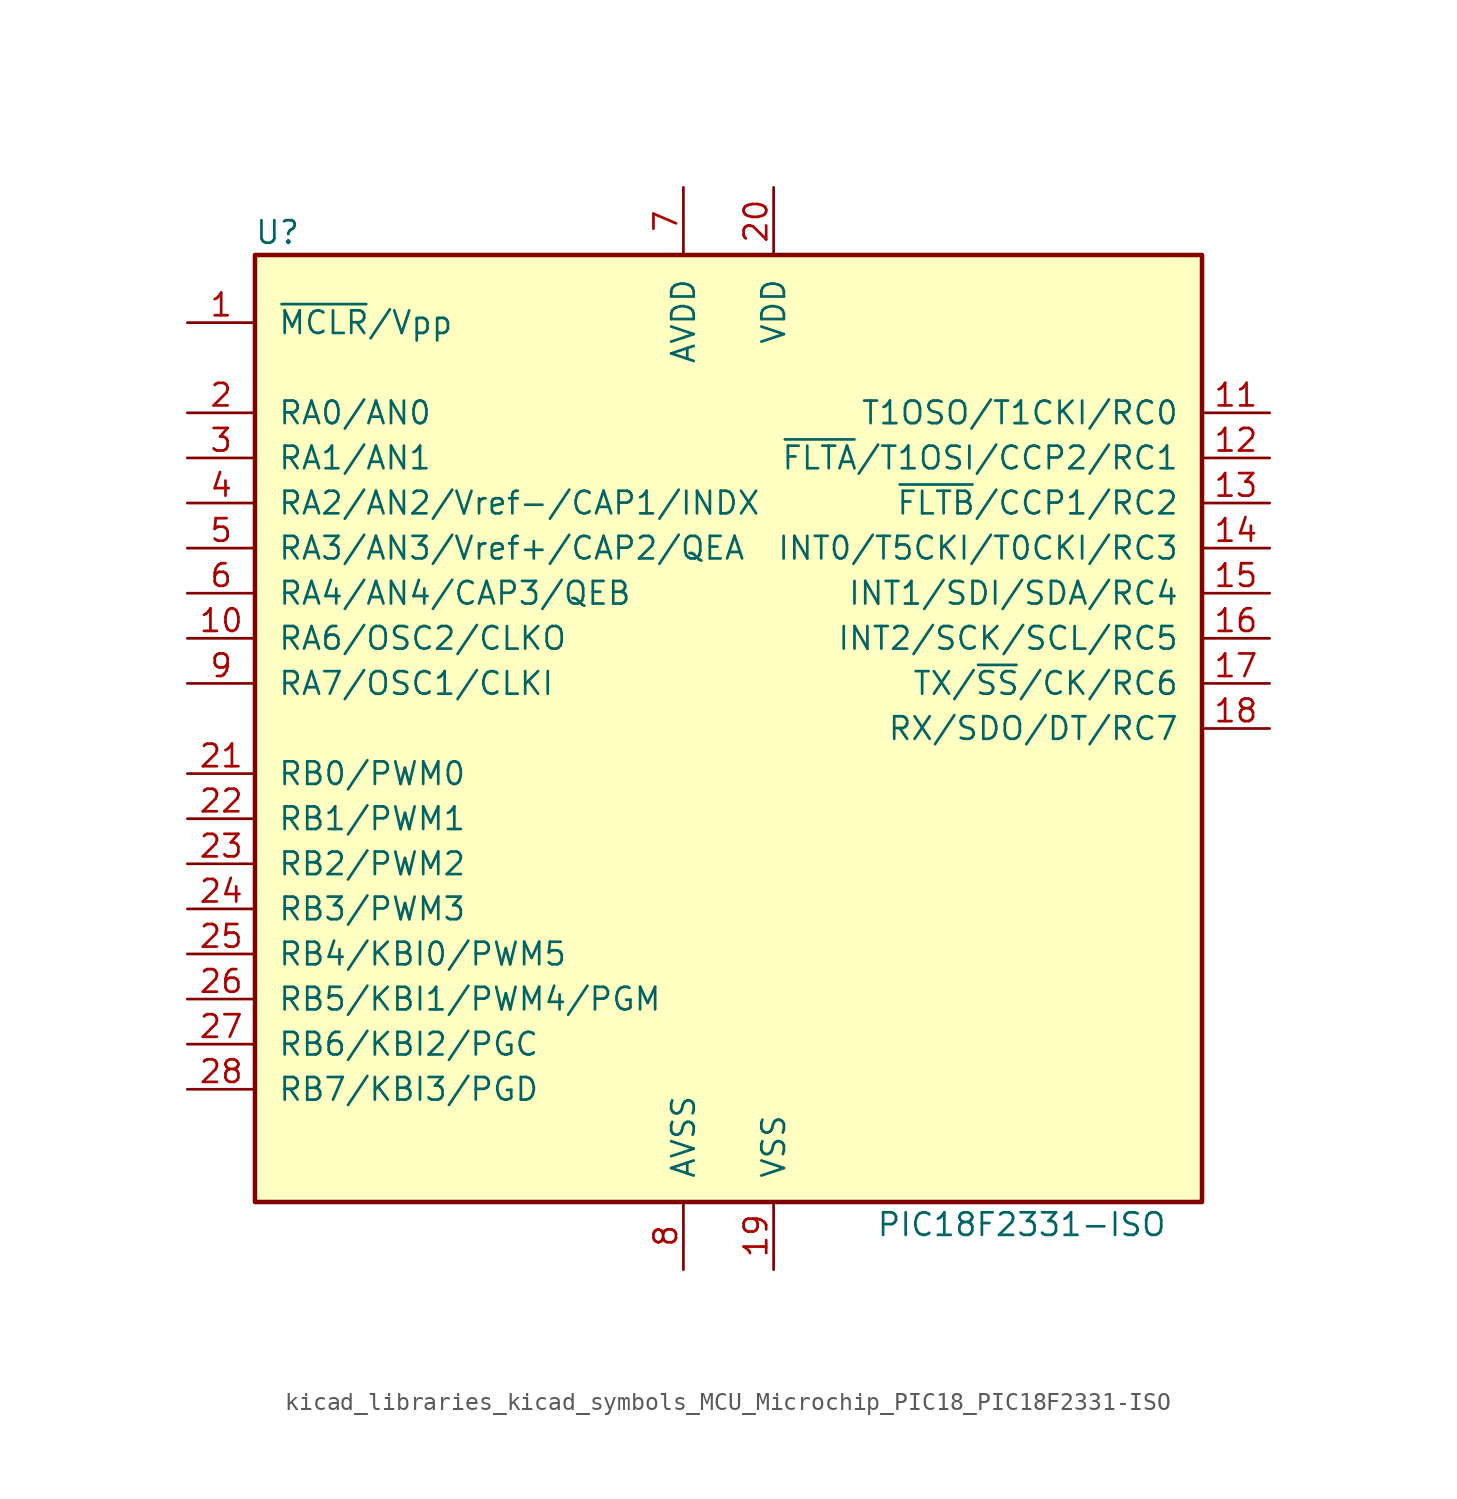
<source format=kicad_sym>
(kicad_symbol_lib
  (version 20220914)
  (generator kicad_symbol_editor)
  (symbol "kicad_libraries_kicad_symbols_MCU_Microchip_PIC18_PIC18F2331-ISO"
    (pin_names
      (offset 1.27))
    (property "Reference" "U"
      (at -25.4 27.94 0)
      (effects (font (size 1.27 1.27))))
    (property "Value" "PIC18F2331-ISO"
      (at 16.51 -27.94 0)
      (effects (font (size 1.27 1.27))))
    (symbol "kicad_libraries_kicad_symbols_MCU_Microchip_PIC18_PIC18F2331-ISO_0_1"
      (rectangle (start -26.67 26.67) (end 26.67 -26.67) (stroke (width 0.254) (type default)) (fill (type background))))
    (symbol "kicad_libraries_kicad_symbols_MCU_Microchip_PIC18_PIC18F2331-ISO_1_1"
      (pin input line (at -30.48 22.86 0) (length 3.81) (name "~{MCLR}/Vpp" (effects (font (size 1.27 1.27)))) (number "1" (effects (font (size 1.27 1.27)))))
      (pin bidirectional line (at -30.48 5.08 0) (length 3.81) (name "RA6/OSC2/CLKO" (effects (font (size 1.27 1.27)))) (number "10" (effects (font (size 1.27 1.27)))))
      (pin bidirectional line (at 30.48 17.78 180) (length 3.81) (name "T1OSO/T1CKI/RC0" (effects (font (size 1.27 1.27)))) (number "11" (effects (font (size 1.27 1.27)))))
      (pin bidirectional line (at 30.48 15.24 180) (length 3.81) (name "~{FLTA}/T1OSI/CCP2/RC1" (effects (font (size 1.27 1.27)))) (number "12" (effects (font (size 1.27 1.27)))))
      (pin bidirectional line (at 30.48 12.7 180) (length 3.81) (name "~{FLTB}/CCP1/RC2" (effects (font (size 1.27 1.27)))) (number "13" (effects (font (size 1.27 1.27)))))
      (pin bidirectional line (at 30.48 10.16 180) (length 3.81) (name "INT0/T5CKI/T0CKI/RC3" (effects (font (size 1.27 1.27)))) (number "14" (effects (font (size 1.27 1.27)))))
      (pin bidirectional line (at 30.48 7.62 180) (length 3.81) (name "INT1/SDI/SDA/RC4" (effects (font (size 1.27 1.27)))) (number "15" (effects (font (size 1.27 1.27)))))
      (pin bidirectional line (at 30.48 5.08 180) (length 3.81) (name "INT2/SCK/SCL/RC5" (effects (font (size 1.27 1.27)))) (number "16" (effects (font (size 1.27 1.27)))))
      (pin bidirectional line (at 30.48 2.54 180) (length 3.81) (name "TX/~{SS}/CK/RC6" (effects (font (size 1.27 1.27)))) (number "17" (effects (font (size 1.27 1.27)))))
      (pin bidirectional line (at 30.48 0 180) (length 3.81) (name "RX/SDO/DT/RC7" (effects (font (size 1.27 1.27)))) (number "18" (effects (font (size 1.27 1.27)))))
      (pin power_in line (at 2.54 -30.48 90) (length 3.81) (name "VSS" (effects (font (size 1.27 1.27)))) (number "19" (effects (font (size 1.27 1.27)))))
      (pin bidirectional line (at -30.48 17.78 0) (length 3.81) (name "RA0/AN0" (effects (font (size 1.27 1.27)))) (number "2" (effects (font (size 1.27 1.27)))))
      (pin power_in line (at 2.54 30.48 270) (length 3.81) (name "VDD" (effects (font (size 1.27 1.27)))) (number "20" (effects (font (size 1.27 1.27)))))
      (pin bidirectional line (at -30.48 -2.54 0) (length 3.81) (name "RB0/PWM0" (effects (font (size 1.27 1.27)))) (number "21" (effects (font (size 1.27 1.27)))))
      (pin bidirectional line (at -30.48 -5.08 0) (length 3.81) (name "RB1/PWM1" (effects (font (size 1.27 1.27)))) (number "22" (effects (font (size 1.27 1.27)))))
      (pin bidirectional line (at -30.48 -7.62 0) (length 3.81) (name "RB2/PWM2" (effects (font (size 1.27 1.27)))) (number "23" (effects (font (size 1.27 1.27)))))
      (pin bidirectional line (at -30.48 -10.16 0) (length 3.81) (name "RB3/PWM3" (effects (font (size 1.27 1.27)))) (number "24" (effects (font (size 1.27 1.27)))))
      (pin bidirectional line (at -30.48 -12.7 0) (length 3.81) (name "RB4/KBI0/PWM5" (effects (font (size 1.27 1.27)))) (number "25" (effects (font (size 1.27 1.27)))))
      (pin bidirectional line (at -30.48 -15.24 0) (length 3.81) (name "RB5/KBI1/PWM4/PGM" (effects (font (size 1.27 1.27)))) (number "26" (effects (font (size 1.27 1.27)))))
      (pin bidirectional line (at -30.48 -17.78 0) (length 3.81) (name "RB6/KBI2/PGC" (effects (font (size 1.27 1.27)))) (number "27" (effects (font (size 1.27 1.27)))))
      (pin bidirectional line (at -30.48 -20.32 0) (length 3.81) (name "RB7/KBI3/PGD" (effects (font (size 1.27 1.27)))) (number "28" (effects (font (size 1.27 1.27)))))
      (pin bidirectional line (at -30.48 15.24 0) (length 3.81) (name "RA1/AN1" (effects (font (size 1.27 1.27)))) (number "3" (effects (font (size 1.27 1.27)))))
      (pin bidirectional line (at -30.48 12.7 0) (length 3.81) (name "RA2/AN2/Vref-/CAP1/INDX" (effects (font (size 1.27 1.27)))) (number "4" (effects (font (size 1.27 1.27)))))
      (pin bidirectional line (at -30.48 10.16 0) (length 3.81) (name "RA3/AN3/Vref+/CAP2/QEA" (effects (font (size 1.27 1.27)))) (number "5" (effects (font (size 1.27 1.27)))))
      (pin bidirectional line (at -30.48 7.62 0) (length 3.81) (name "RA4/AN4/CAP3/QEB" (effects (font (size 1.27 1.27)))) (number "6" (effects (font (size 1.27 1.27)))))
      (pin power_in line (at -2.54 30.48 270) (length 3.81) (name "AVDD" (effects (font (size 1.27 1.27)))) (number "7" (effects (font (size 1.27 1.27)))))
      (pin power_in line (at -2.54 -30.48 90) (length 3.81) (name "AVSS" (effects (font (size 1.27 1.27)))) (number "8" (effects (font (size 1.27 1.27)))))
      (pin bidirectional line (at -30.48 2.54 0) (length 3.81) (name "RA7/OSC1/CLKI" (effects (font (size 1.27 1.27)))) (number "9" (effects (font (size 1.27 1.27))))))))
</source>
